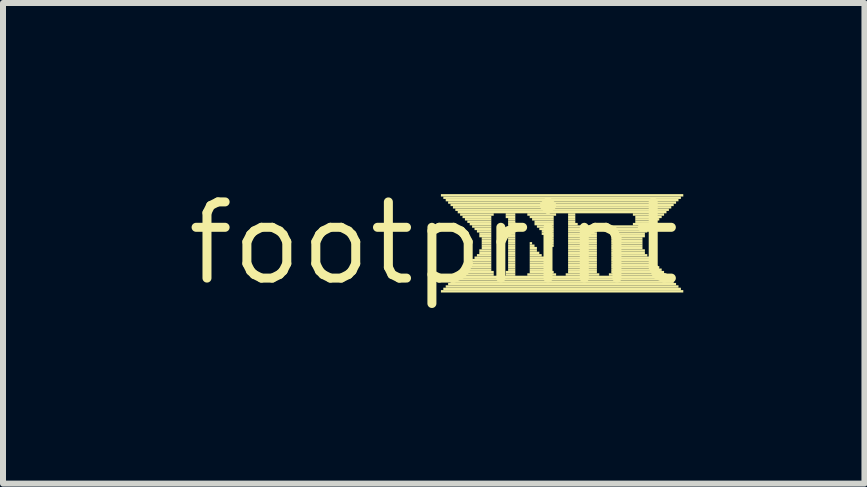
<source format=kicad_pcb>
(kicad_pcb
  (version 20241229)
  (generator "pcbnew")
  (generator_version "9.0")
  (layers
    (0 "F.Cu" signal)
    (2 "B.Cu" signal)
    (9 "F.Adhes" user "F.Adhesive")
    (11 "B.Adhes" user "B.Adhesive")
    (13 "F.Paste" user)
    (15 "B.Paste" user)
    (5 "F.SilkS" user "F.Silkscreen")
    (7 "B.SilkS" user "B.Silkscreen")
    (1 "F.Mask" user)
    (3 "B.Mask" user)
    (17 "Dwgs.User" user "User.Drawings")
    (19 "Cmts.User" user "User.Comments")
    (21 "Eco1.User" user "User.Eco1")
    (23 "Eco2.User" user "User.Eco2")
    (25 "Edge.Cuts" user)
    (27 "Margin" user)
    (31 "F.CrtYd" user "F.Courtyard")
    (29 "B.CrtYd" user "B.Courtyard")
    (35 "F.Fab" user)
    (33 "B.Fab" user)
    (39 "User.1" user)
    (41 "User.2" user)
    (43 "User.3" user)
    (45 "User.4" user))
  (footprint "footprint"
    (layer "F.Cu")
    (at 4.18 1.006)
    (property "Reference" "footprint" (at 0 0 0) (layer "F.SilkS") (effects (font (size 1.27 1.27) (thickness 0.15))))
    (fp_poly (pts (xy 0.12 -0.78) (xy 4.16 -0.78) (xy 4.16 -0.82) (xy 0.12 -0.82)) (stroke (width 0) (type solid)) (fill yes) (layer "F.SilkS"))
    (fp_poly (pts (xy 0.12 0.82) (xy 4.16 0.82) (xy 4.16 0.78) (xy 0.12 0.78)) (stroke (width 0) (type solid)) (fill yes) (layer "F.SilkS"))
    (fp_poly (pts (xy 0.16 -0.74) (xy 4.12 -0.74) (xy 4.12 -0.78) (xy 0.16 -0.78)) (stroke (width 0) (type solid)) (fill yes) (layer "F.SilkS"))
    (fp_poly (pts (xy 0.16 0.78) (xy 4.12 0.78) (xy 4.12 0.74) (xy 0.16 0.74)) (stroke (width 0) (type solid)) (fill yes) (layer "F.SilkS"))
    (fp_poly (pts (xy 0.2 -0.7) (xy 4.08 -0.7) (xy 4.08 -0.74) (xy 0.2 -0.74)) (stroke (width 0) (type solid)) (fill yes) (layer "F.SilkS"))
    (fp_poly (pts (xy 0.2 0.74) (xy 4.08 0.74) (xy 4.08 0.7) (xy 0.2 0.7)) (stroke (width 0) (type solid)) (fill yes) (layer "F.SilkS"))
    (fp_poly (pts (xy 0.24 -0.66) (xy 4.04 -0.66) (xy 4.04 -0.7) (xy 0.24 -0.7)) (stroke (width 0) (type solid)) (fill yes) (layer "F.SilkS"))
    (fp_poly (pts (xy 0.24 0.7) (xy 4.04 0.7) (xy 4.04 0.66) (xy 0.24 0.66)) (stroke (width 0) (type solid)) (fill yes) (layer "F.SilkS"))
    (fp_poly (pts (xy 0.28 -0.62) (xy 4 -0.62) (xy 4 -0.66) (xy 0.28 -0.66)) (stroke (width 0) (type solid)) (fill yes) (layer "F.SilkS"))
    (fp_poly (pts (xy 0.28 0.66) (xy 4 0.66) (xy 4 0.62) (xy 0.28 0.62)) (stroke (width 0) (type solid)) (fill yes) (layer "F.SilkS"))
    (fp_poly (pts (xy 0.32 -0.58) (xy 3.96 -0.58) (xy 3.96 -0.62) (xy 0.32 -0.62)) (stroke (width 0) (type solid)) (fill yes) (layer "F.SilkS"))
    (fp_poly (pts (xy 0.32 0.62) (xy 3.96 0.62) (xy 3.96 0.58) (xy 0.32 0.58)) (stroke (width 0) (type solid)) (fill yes) (layer "F.SilkS"))
    (fp_poly (pts (xy 0.36 -0.54) (xy 3.92 -0.54) (xy 3.92 -0.58) (xy 0.36 -0.58)) (stroke (width 0) (type solid)) (fill yes) (layer "F.SilkS"))
    (fp_poly (pts (xy 0.36 0.58) (xy 3.92 0.58) (xy 3.92 0.54) (xy 0.36 0.54)) (stroke (width 0) (type solid)) (fill yes) (layer "F.SilkS"))
    (fp_poly (pts (xy 0.4 -0.5) (xy 3.88 -0.5) (xy 3.88 -0.54) (xy 0.4 -0.54)) (stroke (width 0) (type solid)) (fill yes) (layer "F.SilkS"))
    (fp_poly (pts (xy 0.4 0.54) (xy 1 0.54) (xy 1 0.5) (xy 0.4 0.5)) (stroke (width 0) (type solid)) (fill yes) (layer "F.SilkS"))
    (fp_poly (pts (xy 0.44 -0.46) (xy 1 -0.46) (xy 1 -0.5) (xy 0.44 -0.5)) (stroke (width 0) (type solid)) (fill yes) (layer "F.SilkS"))
    (fp_poly (pts (xy 0.44 0.5) (xy 1 0.5) (xy 1 0.46) (xy 0.44 0.46)) (stroke (width 0) (type solid)) (fill yes) (layer "F.SilkS"))
    (fp_poly (pts (xy 0.48 -0.42) (xy 0.96 -0.42) (xy 0.96 -0.46) (xy 0.48 -0.46)) (stroke (width 0) (type solid)) (fill yes) (layer "F.SilkS"))
    (fp_poly (pts (xy 0.48 0.46) (xy 0.96 0.46) (xy 0.96 0.42) (xy 0.48 0.42)) (stroke (width 0) (type solid)) (fill yes) (layer "F.SilkS"))
    (fp_poly (pts (xy 0.52 -0.38) (xy 0.96 -0.38) (xy 0.96 -0.42) (xy 0.52 -0.42)) (stroke (width 0) (type solid)) (fill yes) (layer "F.SilkS"))
    (fp_poly (pts (xy 0.52 0.42) (xy 0.96 0.42) (xy 0.96 0.38) (xy 0.52 0.38)) (stroke (width 0) (type solid)) (fill yes) (layer "F.SilkS"))
    (fp_poly (pts (xy 0.56 -0.34) (xy 0.96 -0.34) (xy 0.96 -0.38) (xy 0.56 -0.38)) (stroke (width 0) (type solid)) (fill yes) (layer "F.SilkS"))
    (fp_poly (pts (xy 0.56 0.38) (xy 0.96 0.38) (xy 0.96 0.34) (xy 0.56 0.34)) (stroke (width 0) (type solid)) (fill yes) (layer "F.SilkS"))
    (fp_poly (pts (xy 0.6 -0.3) (xy 0.96 -0.3) (xy 0.96 -0.34) (xy 0.6 -0.34)) (stroke (width 0) (type solid)) (fill yes) (layer "F.SilkS"))
    (fp_poly (pts (xy 0.6 0.34) (xy 0.96 0.34) (xy 0.96 0.3) (xy 0.6 0.3)) (stroke (width 0) (type solid)) (fill yes) (layer "F.SilkS"))
    (fp_poly (pts (xy 0.64 -0.26) (xy 0.96 -0.26) (xy 0.96 -0.3) (xy 0.64 -0.3)) (stroke (width 0) (type solid)) (fill yes) (layer "F.SilkS"))
    (fp_poly (pts (xy 0.64 0.3) (xy 0.96 0.3) (xy 0.96 0.26) (xy 0.64 0.26)) (stroke (width 0) (type solid)) (fill yes) (layer "F.SilkS"))
    (fp_poly (pts (xy 0.68 -0.22) (xy 0.96 -0.22) (xy 0.96 -0.26) (xy 0.68 -0.26)) (stroke (width 0) (type solid)) (fill yes) (layer "F.SilkS"))
    (fp_poly (pts (xy 0.68 0.26) (xy 0.96 0.26) (xy 0.96 0.22) (xy 0.68 0.22)) (stroke (width 0) (type solid)) (fill yes) (layer "F.SilkS"))
    (fp_poly (pts (xy 0.72 -0.18) (xy 0.96 -0.18) (xy 0.96 -0.22) (xy 0.72 -0.22)) (stroke (width 0) (type solid)) (fill yes) (layer "F.SilkS"))
    (fp_poly (pts (xy 0.72 0.22) (xy 0.96 0.22) (xy 0.96 0.18) (xy 0.72 0.18)) (stroke (width 0) (type solid)) (fill yes) (layer "F.SilkS"))
    (fp_poly (pts (xy 0.76 -0.14) (xy 0.96 -0.14) (xy 0.96 -0.18) (xy 0.76 -0.18)) (stroke (width 0) (type solid)) (fill yes) (layer "F.SilkS"))
    (fp_poly (pts (xy 0.76 -0.1) (xy 0.96 -0.1) (xy 0.96 -0.14) (xy 0.76 -0.14)) (stroke (width 0) (type solid)) (fill yes) (layer "F.SilkS"))
    (fp_poly (pts (xy 0.76 0.14) (xy 0.96 0.14) (xy 0.96 0.1) (xy 0.76 0.1)) (stroke (width 0) (type solid)) (fill yes) (layer "F.SilkS"))
    (fp_poly (pts (xy 0.76 0.18) (xy 0.96 0.18) (xy 0.96 0.14) (xy 0.76 0.14)) (stroke (width 0) (type solid)) (fill yes) (layer "F.SilkS"))
    (fp_poly (pts (xy 0.8 -0.06) (xy 0.96 -0.06) (xy 0.96 -0.1) (xy 0.8 -0.1)) (stroke (width 0) (type solid)) (fill yes) (layer "F.SilkS"))
    (fp_poly (pts (xy 0.8 -0.02) (xy 0.96 -0.02) (xy 0.96 -0.06) (xy 0.8 -0.06)) (stroke (width 0) (type solid)) (fill yes) (layer "F.SilkS"))
    (fp_poly (pts (xy 0.8 0.02) (xy 0.96 0.02) (xy 0.96 -0.02) (xy 0.8 -0.02)) (stroke (width 0) (type solid)) (fill yes) (layer "F.SilkS"))
    (fp_poly (pts (xy 0.8 0.06) (xy 0.96 0.06) (xy 0.96 0.02) (xy 0.8 0.02)) (stroke (width 0) (type solid)) (fill yes) (layer "F.SilkS"))
    (fp_poly (pts (xy 0.8 0.1) (xy 0.96 0.1) (xy 0.96 0.06) (xy 0.8 0.06)) (stroke (width 0) (type solid)) (fill yes) (layer "F.SilkS"))
    (fp_poly (pts (xy 1.2 -0.46) (xy 1.36 -0.46) (xy 1.36 -0.5) (xy 1.2 -0.5)) (stroke (width 0) (type solid)) (fill yes) (layer "F.SilkS"))
    (fp_poly (pts (xy 1.2 -0.42) (xy 1.36 -0.42) (xy 1.36 -0.46) (xy 1.2 -0.46)) (stroke (width 0) (type solid)) (fill yes) (layer "F.SilkS"))
    (fp_poly (pts (xy 1.2 0.5) (xy 1.36 0.5) (xy 1.36 0.46) (xy 1.2 0.46)) (stroke (width 0) (type solid)) (fill yes) (layer "F.SilkS"))
    (fp_poly (pts (xy 1.2 0.54) (xy 1.36 0.54) (xy 1.36 0.5) (xy 1.2 0.5)) (stroke (width 0) (type solid)) (fill yes) (layer "F.SilkS"))
    (fp_poly (pts (xy 1.24 -0.38) (xy 1.36 -0.38) (xy 1.36 -0.42) (xy 1.24 -0.42)) (stroke (width 0) (type solid)) (fill yes) (layer "F.SilkS"))
    (fp_poly (pts (xy 1.24 -0.34) (xy 1.36 -0.34) (xy 1.36 -0.38) (xy 1.24 -0.38)) (stroke (width 0) (type solid)) (fill yes) (layer "F.SilkS"))
    (fp_poly (pts (xy 1.24 -0.3) (xy 1.36 -0.3) (xy 1.36 -0.34) (xy 1.24 -0.34)) (stroke (width 0) (type solid)) (fill yes) (layer "F.SilkS"))
    (fp_poly (pts (xy 1.24 -0.26) (xy 1.36 -0.26) (xy 1.36 -0.3) (xy 1.24 -0.3)) (stroke (width 0) (type solid)) (fill yes) (layer "F.SilkS"))
    (fp_poly (pts (xy 1.24 -0.22) (xy 1.36 -0.22) (xy 1.36 -0.26) (xy 1.24 -0.26)) (stroke (width 0) (type solid)) (fill yes) (layer "F.SilkS"))
    (fp_poly (pts (xy 1.24 -0.18) (xy 1.36 -0.18) (xy 1.36 -0.22) (xy 1.24 -0.22)) (stroke (width 0) (type solid)) (fill yes) (layer "F.SilkS"))
    (fp_poly (pts (xy 1.24 -0.14) (xy 1.36 -0.14) (xy 1.36 -0.18) (xy 1.24 -0.18)) (stroke (width 0) (type solid)) (fill yes) (layer "F.SilkS"))
    (fp_poly (pts (xy 1.24 -0.1) (xy 1.36 -0.1) (xy 1.36 -0.14) (xy 1.24 -0.14)) (stroke (width 0) (type solid)) (fill yes) (layer "F.SilkS"))
    (fp_poly (pts (xy 1.24 -0.06) (xy 1.36 -0.06) (xy 1.36 -0.1) (xy 1.24 -0.1)) (stroke (width 0) (type solid)) (fill yes) (layer "F.SilkS"))
    (fp_poly (pts (xy 1.24 -0.02) (xy 1.36 -0.02) (xy 1.36 -0.06) (xy 1.24 -0.06)) (stroke (width 0) (type solid)) (fill yes) (layer "F.SilkS"))
    (fp_poly (pts (xy 1.24 0.02) (xy 1.36 0.02) (xy 1.36 -0.02) (xy 1.24 -0.02)) (stroke (width 0) (type solid)) (fill yes) (layer "F.SilkS"))
    (fp_poly (pts (xy 1.24 0.06) (xy 1.36 0.06) (xy 1.36 0.02) (xy 1.24 0.02)) (stroke (width 0) (type solid)) (fill yes) (layer "F.SilkS"))
    (fp_poly (pts (xy 1.24 0.1) (xy 1.36 0.1) (xy 1.36 0.06) (xy 1.24 0.06)) (stroke (width 0) (type solid)) (fill yes) (layer "F.SilkS"))
    (fp_poly (pts (xy 1.24 0.14) (xy 1.36 0.14) (xy 1.36 0.1) (xy 1.24 0.1)) (stroke (width 0) (type solid)) (fill yes) (layer "F.SilkS"))
    (fp_poly (pts (xy 1.24 0.18) (xy 1.36 0.18) (xy 1.36 0.14) (xy 1.24 0.14)) (stroke (width 0) (type solid)) (fill yes) (layer "F.SilkS"))
    (fp_poly (pts (xy 1.24 0.22) (xy 1.36 0.22) (xy 1.36 0.18) (xy 1.24 0.18)) (stroke (width 0) (type solid)) (fill yes) (layer "F.SilkS"))
    (fp_poly (pts (xy 1.24 0.26) (xy 1.36 0.26) (xy 1.36 0.22) (xy 1.24 0.22)) (stroke (width 0) (type solid)) (fill yes) (layer "F.SilkS"))
    (fp_poly (pts (xy 1.24 0.3) (xy 1.36 0.3) (xy 1.36 0.26) (xy 1.24 0.26)) (stroke (width 0) (type solid)) (fill yes) (layer "F.SilkS"))
    (fp_poly (pts (xy 1.24 0.34) (xy 1.36 0.34) (xy 1.36 0.3) (xy 1.24 0.3)) (stroke (width 0) (type solid)) (fill yes) (layer "F.SilkS"))
    (fp_poly (pts (xy 1.24 0.38) (xy 1.36 0.38) (xy 1.36 0.34) (xy 1.24 0.34)) (stroke (width 0) (type solid)) (fill yes) (layer "F.SilkS"))
    (fp_poly (pts (xy 1.24 0.42) (xy 1.36 0.42) (xy 1.36 0.38) (xy 1.24 0.38)) (stroke (width 0) (type solid)) (fill yes) (layer "F.SilkS"))
    (fp_poly (pts (xy 1.24 0.46) (xy 1.36 0.46) (xy 1.36 0.42) (xy 1.24 0.42)) (stroke (width 0) (type solid)) (fill yes) (layer "F.SilkS"))
    (fp_poly (pts (xy 1.56 -0.46) (xy 2.04 -0.46) (xy 2.04 -0.5) (xy 1.56 -0.5)) (stroke (width 0) (type solid)) (fill yes) (layer "F.SilkS"))
    (fp_poly (pts (xy 1.56 0.54) (xy 2.04 0.54) (xy 2.04 0.5) (xy 1.56 0.5)) (stroke (width 0) (type solid)) (fill yes) (layer "F.SilkS"))
    (fp_poly (pts (xy 1.6 -0.42) (xy 2 -0.42) (xy 2 -0.46) (xy 1.6 -0.46)) (stroke (width 0) (type solid)) (fill yes) (layer "F.SilkS"))
    (fp_poly (pts (xy 1.6 0.02) (xy 1.64 0.02) (xy 1.64 -0.02) (xy 1.6 -0.02)) (stroke (width 0) (type solid)) (fill yes) (layer "F.SilkS"))
    (fp_poly (pts (xy 1.6 0.06) (xy 1.68 0.06) (xy 1.68 0.02) (xy 1.6 0.02)) (stroke (width 0) (type solid)) (fill yes) (layer "F.SilkS"))
    (fp_poly (pts (xy 1.6 0.1) (xy 1.72 0.1) (xy 1.72 0.06) (xy 1.6 0.06)) (stroke (width 0) (type solid)) (fill yes) (layer "F.SilkS"))
    (fp_poly (pts (xy 1.6 0.14) (xy 1.72 0.14) (xy 1.72 0.1) (xy 1.6 0.1)) (stroke (width 0) (type solid)) (fill yes) (layer "F.SilkS"))
    (fp_poly (pts (xy 1.6 0.18) (xy 1.76 0.18) (xy 1.76 0.14) (xy 1.6 0.14)) (stroke (width 0) (type solid)) (fill yes) (layer "F.SilkS"))
    (fp_poly (pts (xy 1.6 0.22) (xy 1.8 0.22) (xy 1.8 0.18) (xy 1.6 0.18)) (stroke (width 0) (type solid)) (fill yes) (layer "F.SilkS"))
    (fp_poly (pts (xy 1.6 0.26) (xy 1.84 0.26) (xy 1.84 0.22) (xy 1.6 0.22)) (stroke (width 0) (type solid)) (fill yes) (layer "F.SilkS"))
    (fp_poly (pts (xy 1.6 0.3) (xy 1.84 0.3) (xy 1.84 0.26) (xy 1.6 0.26)) (stroke (width 0) (type solid)) (fill yes) (layer "F.SilkS"))
    (fp_poly (pts (xy 1.6 0.34) (xy 1.88 0.34) (xy 1.88 0.3) (xy 1.6 0.3)) (stroke (width 0) (type solid)) (fill yes) (layer "F.SilkS"))
    (fp_poly (pts (xy 1.6 0.38) (xy 1.92 0.38) (xy 1.92 0.34) (xy 1.6 0.34)) (stroke (width 0) (type solid)) (fill yes) (layer "F.SilkS"))
    (fp_poly (pts (xy 1.6 0.42) (xy 1.96 0.42) (xy 1.96 0.38) (xy 1.6 0.38)) (stroke (width 0) (type solid)) (fill yes) (layer "F.SilkS"))
    (fp_poly (pts (xy 1.6 0.46) (xy 1.96 0.46) (xy 1.96 0.42) (xy 1.6 0.42)) (stroke (width 0) (type solid)) (fill yes) (layer "F.SilkS"))
    (fp_poly (pts (xy 1.6 0.5) (xy 2 0.5) (xy 2 0.46) (xy 1.6 0.46)) (stroke (width 0) (type solid)) (fill yes) (layer "F.SilkS"))
    (fp_poly (pts (xy 1.64 -0.38) (xy 2 -0.38) (xy 2 -0.42) (xy 1.64 -0.42)) (stroke (width 0) (type solid)) (fill yes) (layer "F.SilkS"))
    (fp_poly (pts (xy 1.68 -0.34) (xy 2 -0.34) (xy 2 -0.38) (xy 1.68 -0.38)) (stroke (width 0) (type solid)) (fill yes) (layer "F.SilkS"))
    (fp_poly (pts (xy 1.68 -0.3) (xy 2 -0.3) (xy 2 -0.34) (xy 1.68 -0.34)) (stroke (width 0) (type solid)) (fill yes) (layer "F.SilkS"))
    (fp_poly (pts (xy 1.72 -0.26) (xy 2 -0.26) (xy 2 -0.3) (xy 1.72 -0.3)) (stroke (width 0) (type solid)) (fill yes) (layer "F.SilkS"))
    (fp_poly (pts (xy 1.76 -0.22) (xy 2 -0.22) (xy 2 -0.26) (xy 1.76 -0.26)) (stroke (width 0) (type solid)) (fill yes) (layer "F.SilkS"))
    (fp_poly (pts (xy 1.8 -0.18) (xy 2 -0.18) (xy 2 -0.22) (xy 1.8 -0.22)) (stroke (width 0) (type solid)) (fill yes) (layer "F.SilkS"))
    (fp_poly (pts (xy 1.8 -0.14) (xy 2 -0.14) (xy 2 -0.18) (xy 1.8 -0.18)) (stroke (width 0) (type solid)) (fill yes) (layer "F.SilkS"))
    (fp_poly (pts (xy 1.84 -0.1) (xy 2 -0.1) (xy 2 -0.14) (xy 1.84 -0.14)) (stroke (width 0) (type solid)) (fill yes) (layer "F.SilkS"))
    (fp_poly (pts (xy 1.88 -0.06) (xy 2 -0.06) (xy 2 -0.1) (xy 1.88 -0.1)) (stroke (width 0) (type solid)) (fill yes) (layer "F.SilkS"))
    (fp_poly (pts (xy 1.92 -0.02) (xy 2 -0.02) (xy 2 -0.06) (xy 1.92 -0.06)) (stroke (width 0) (type solid)) (fill yes) (layer "F.SilkS"))
    (fp_poly (pts (xy 1.92 0.02) (xy 2 0.02) (xy 2 -0.02) (xy 1.92 -0.02)) (stroke (width 0) (type solid)) (fill yes) (layer "F.SilkS"))
    (fp_poly (pts (xy 1.96 0.06) (xy 2 0.06) (xy 2 0.02) (xy 1.96 0.02)) (stroke (width 0) (type solid)) (fill yes) (layer "F.SilkS"))
    (fp_poly (pts (xy 2.2 0.54) (xy 2.76 0.54) (xy 2.76 0.5) (xy 2.2 0.5)) (stroke (width 0) (type solid)) (fill yes) (layer "F.SilkS"))
    (fp_poly (pts (xy 2.24 -0.46) (xy 2.36 -0.46) (xy 2.36 -0.5) (xy 2.24 -0.5)) (stroke (width 0) (type solid)) (fill yes) (layer "F.SilkS"))
    (fp_poly (pts (xy 2.24 -0.42) (xy 2.36 -0.42) (xy 2.36 -0.46) (xy 2.24 -0.46)) (stroke (width 0) (type solid)) (fill yes) (layer "F.SilkS"))
    (fp_poly (pts (xy 2.24 -0.38) (xy 2.36 -0.38) (xy 2.36 -0.42) (xy 2.24 -0.42)) (stroke (width 0) (type solid)) (fill yes) (layer "F.SilkS"))
    (fp_poly (pts (xy 2.24 -0.34) (xy 2.36 -0.34) (xy 2.36 -0.38) (xy 2.24 -0.38)) (stroke (width 0) (type solid)) (fill yes) (layer "F.SilkS"))
    (fp_poly (pts (xy 2.24 -0.3) (xy 2.4 -0.3) (xy 2.4 -0.34) (xy 2.24 -0.34)) (stroke (width 0) (type solid)) (fill yes) (layer "F.SilkS"))
    (fp_poly (pts (xy 2.24 -0.26) (xy 2.72 -0.26) (xy 2.72 -0.3) (xy 2.24 -0.3)) (stroke (width 0) (type solid)) (fill yes) (layer "F.SilkS"))
    (fp_poly (pts (xy 2.24 -0.22) (xy 2.72 -0.22) (xy 2.72 -0.26) (xy 2.24 -0.26)) (stroke (width 0) (type solid)) (fill yes) (layer "F.SilkS"))
    (fp_poly (pts (xy 2.24 -0.18) (xy 2.72 -0.18) (xy 2.72 -0.22) (xy 2.24 -0.22)) (stroke (width 0) (type solid)) (fill yes) (layer "F.SilkS"))
    (fp_poly (pts (xy 2.24 -0.14) (xy 2.72 -0.14) (xy 2.72 -0.18) (xy 2.24 -0.18)) (stroke (width 0) (type solid)) (fill yes) (layer "F.SilkS"))
    (fp_poly (pts (xy 2.24 -0.1) (xy 2.72 -0.1) (xy 2.72 -0.14) (xy 2.24 -0.14)) (stroke (width 0) (type solid)) (fill yes) (layer "F.SilkS"))
    (fp_poly (pts (xy 2.24 -0.06) (xy 2.72 -0.06) (xy 2.72 -0.1) (xy 2.24 -0.1)) (stroke (width 0) (type solid)) (fill yes) (layer "F.SilkS"))
    (fp_poly (pts (xy 2.24 -0.02) (xy 2.72 -0.02) (xy 2.72 -0.06) (xy 2.24 -0.06)) (stroke (width 0) (type solid)) (fill yes) (layer "F.SilkS"))
    (fp_poly (pts (xy 2.24 0.02) (xy 2.72 0.02) (xy 2.72 -0.02) (xy 2.24 -0.02)) (stroke (width 0) (type solid)) (fill yes) (layer "F.SilkS"))
    (fp_poly (pts (xy 2.24 0.06) (xy 2.72 0.06) (xy 2.72 0.02) (xy 2.24 0.02)) (stroke (width 0) (type solid)) (fill yes) (layer "F.SilkS"))
    (fp_poly (pts (xy 2.24 0.1) (xy 2.72 0.1) (xy 2.72 0.06) (xy 2.24 0.06)) (stroke (width 0) (type solid)) (fill yes) (layer "F.SilkS"))
    (fp_poly (pts (xy 2.24 0.14) (xy 2.72 0.14) (xy 2.72 0.1) (xy 2.24 0.1)) (stroke (width 0) (type solid)) (fill yes) (layer "F.SilkS"))
    (fp_poly (pts (xy 2.24 0.18) (xy 2.72 0.18) (xy 2.72 0.14) (xy 2.24 0.14)) (stroke (width 0) (type solid)) (fill yes) (layer "F.SilkS"))
    (fp_poly (pts (xy 2.24 0.22) (xy 2.72 0.22) (xy 2.72 0.18) (xy 2.24 0.18)) (stroke (width 0) (type solid)) (fill yes) (layer "F.SilkS"))
    (fp_poly (pts (xy 2.24 0.26) (xy 2.72 0.26) (xy 2.72 0.22) (xy 2.24 0.22)) (stroke (width 0) (type solid)) (fill yes) (layer "F.SilkS"))
    (fp_poly (pts (xy 2.24 0.3) (xy 2.72 0.3) (xy 2.72 0.26) (xy 2.24 0.26)) (stroke (width 0) (type solid)) (fill yes) (layer "F.SilkS"))
    (fp_poly (pts (xy 2.24 0.34) (xy 2.72 0.34) (xy 2.72 0.3) (xy 2.24 0.3)) (stroke (width 0) (type solid)) (fill yes) (layer "F.SilkS"))
    (fp_poly (pts (xy 2.24 0.38) (xy 2.72 0.38) (xy 2.72 0.34) (xy 2.24 0.34)) (stroke (width 0) (type solid)) (fill yes) (layer "F.SilkS"))
    (fp_poly (pts (xy 2.24 0.42) (xy 2.72 0.42) (xy 2.72 0.38) (xy 2.24 0.38)) (stroke (width 0) (type solid)) (fill yes) (layer "F.SilkS"))
    (fp_poly (pts (xy 2.24 0.46) (xy 2.72 0.46) (xy 2.72 0.42) (xy 2.24 0.42)) (stroke (width 0) (type solid)) (fill yes) (layer "F.SilkS"))
    (fp_poly (pts (xy 2.24 0.5) (xy 2.72 0.5) (xy 2.72 0.46) (xy 2.24 0.46)) (stroke (width 0) (type solid)) (fill yes) (layer "F.SilkS"))
    (fp_poly (pts (xy 2.92 0.54) (xy 3.88 0.54) (xy 3.88 0.5) (xy 2.92 0.5)) (stroke (width 0) (type solid)) (fill yes) (layer "F.SilkS"))
    (fp_poly (pts (xy 2.96 -0.26) (xy 3.64 -0.26) (xy 3.64 -0.3) (xy 2.96 -0.3)) (stroke (width 0) (type solid)) (fill yes) (layer "F.SilkS"))
    (fp_poly (pts (xy 2.96 -0.22) (xy 3.6 -0.22) (xy 3.6 -0.26) (xy 2.96 -0.26)) (stroke (width 0) (type solid)) (fill yes) (layer "F.SilkS"))
    (fp_poly (pts (xy 2.96 -0.18) (xy 3.56 -0.18) (xy 3.56 -0.22) (xy 2.96 -0.22)) (stroke (width 0) (type solid)) (fill yes) (layer "F.SilkS"))
    (fp_poly (pts (xy 2.96 -0.14) (xy 3.52 -0.14) (xy 3.52 -0.18) (xy 2.96 -0.18)) (stroke (width 0) (type solid)) (fill yes) (layer "F.SilkS"))
    (fp_poly (pts (xy 2.96 -0.1) (xy 3.52 -0.1) (xy 3.52 -0.14) (xy 2.96 -0.14)) (stroke (width 0) (type solid)) (fill yes) (layer "F.SilkS"))
    (fp_poly (pts (xy 2.96 -0.06) (xy 3.48 -0.06) (xy 3.48 -0.1) (xy 2.96 -0.1)) (stroke (width 0) (type solid)) (fill yes) (layer "F.SilkS"))
    (fp_poly (pts (xy 2.96 -0.02) (xy 3.48 -0.02) (xy 3.48 -0.06) (xy 2.96 -0.06)) (stroke (width 0) (type solid)) (fill yes) (layer "F.SilkS"))
    (fp_poly (pts (xy 2.96 0.02) (xy 3.48 0.02) (xy 3.48 -0.02) (xy 2.96 -0.02)) (stroke (width 0) (type solid)) (fill yes) (layer "F.SilkS"))
    (fp_poly (pts (xy 2.96 0.06) (xy 3.48 0.06) (xy 3.48 0.02) (xy 2.96 0.02)) (stroke (width 0) (type solid)) (fill yes) (layer "F.SilkS"))
    (fp_poly (pts (xy 2.96 0.1) (xy 3.48 0.1) (xy 3.48 0.06) (xy 2.96 0.06)) (stroke (width 0) (type solid)) (fill yes) (layer "F.SilkS"))
    (fp_poly (pts (xy 2.96 0.14) (xy 3.52 0.14) (xy 3.52 0.1) (xy 2.96 0.1)) (stroke (width 0) (type solid)) (fill yes) (layer "F.SilkS"))
    (fp_poly (pts (xy 2.96 0.18) (xy 3.52 0.18) (xy 3.52 0.14) (xy 2.96 0.14)) (stroke (width 0) (type solid)) (fill yes) (layer "F.SilkS"))
    (fp_poly (pts (xy 2.96 0.22) (xy 3.56 0.22) (xy 3.56 0.18) (xy 2.96 0.18)) (stroke (width 0) (type solid)) (fill yes) (layer "F.SilkS"))
    (fp_poly (pts (xy 2.96 0.26) (xy 3.6 0.26) (xy 3.6 0.22) (xy 2.96 0.22)) (stroke (width 0) (type solid)) (fill yes) (layer "F.SilkS"))
    (fp_poly (pts (xy 2.96 0.3) (xy 3.64 0.3) (xy 3.64 0.26) (xy 2.96 0.26)) (stroke (width 0) (type solid)) (fill yes) (layer "F.SilkS"))
    (fp_poly (pts (xy 2.96 0.34) (xy 3.68 0.34) (xy 3.68 0.3) (xy 2.96 0.3)) (stroke (width 0) (type solid)) (fill yes) (layer "F.SilkS"))
    (fp_poly (pts (xy 2.96 0.38) (xy 3.72 0.38) (xy 3.72 0.34) (xy 2.96 0.34)) (stroke (width 0) (type solid)) (fill yes) (layer "F.SilkS"))
    (fp_poly (pts (xy 2.96 0.42) (xy 3.76 0.42) (xy 3.76 0.38) (xy 2.96 0.38)) (stroke (width 0) (type solid)) (fill yes) (layer "F.SilkS"))
    (fp_poly (pts (xy 2.96 0.46) (xy 3.8 0.46) (xy 3.8 0.42) (xy 2.96 0.42)) (stroke (width 0) (type solid)) (fill yes) (layer "F.SilkS"))
    (fp_poly (pts (xy 2.96 0.5) (xy 3.84 0.5) (xy 3.84 0.46) (xy 2.96 0.46)) (stroke (width 0) (type solid)) (fill yes) (layer "F.SilkS"))
    (fp_poly (pts (xy 3.32 -0.46) (xy 3.84 -0.46) (xy 3.84 -0.5) (xy 3.32 -0.5)) (stroke (width 0) (type solid)) (fill yes) (layer "F.SilkS"))
    (fp_poly (pts (xy 3.32 -0.3) (xy 3.68 -0.3) (xy 3.68 -0.34) (xy 3.32 -0.34)) (stroke (width 0) (type solid)) (fill yes) (layer "F.SilkS"))
    (fp_poly (pts (xy 3.36 -0.42) (xy 3.8 -0.42) (xy 3.8 -0.46) (xy 3.36 -0.46)) (stroke (width 0) (type solid)) (fill yes) (layer "F.SilkS"))
    (fp_poly (pts (xy 3.36 -0.38) (xy 3.76 -0.38) (xy 3.76 -0.42) (xy 3.36 -0.42)) (stroke (width 0) (type solid)) (fill yes) (layer "F.SilkS"))
    (fp_poly (pts (xy 3.36 -0.34) (xy 3.72 -0.34) (xy 3.72 -0.38) (xy 3.36 -0.38)) (stroke (width 0) (type solid)) (fill yes) (layer "F.SilkS")))
  (gr_rect
    (start -3 -3)
    (end 11.36 5.012)
    (stroke (width 0.1) (type default))
    (fill no)
    (layer "Edge.Cuts")))
</source>
